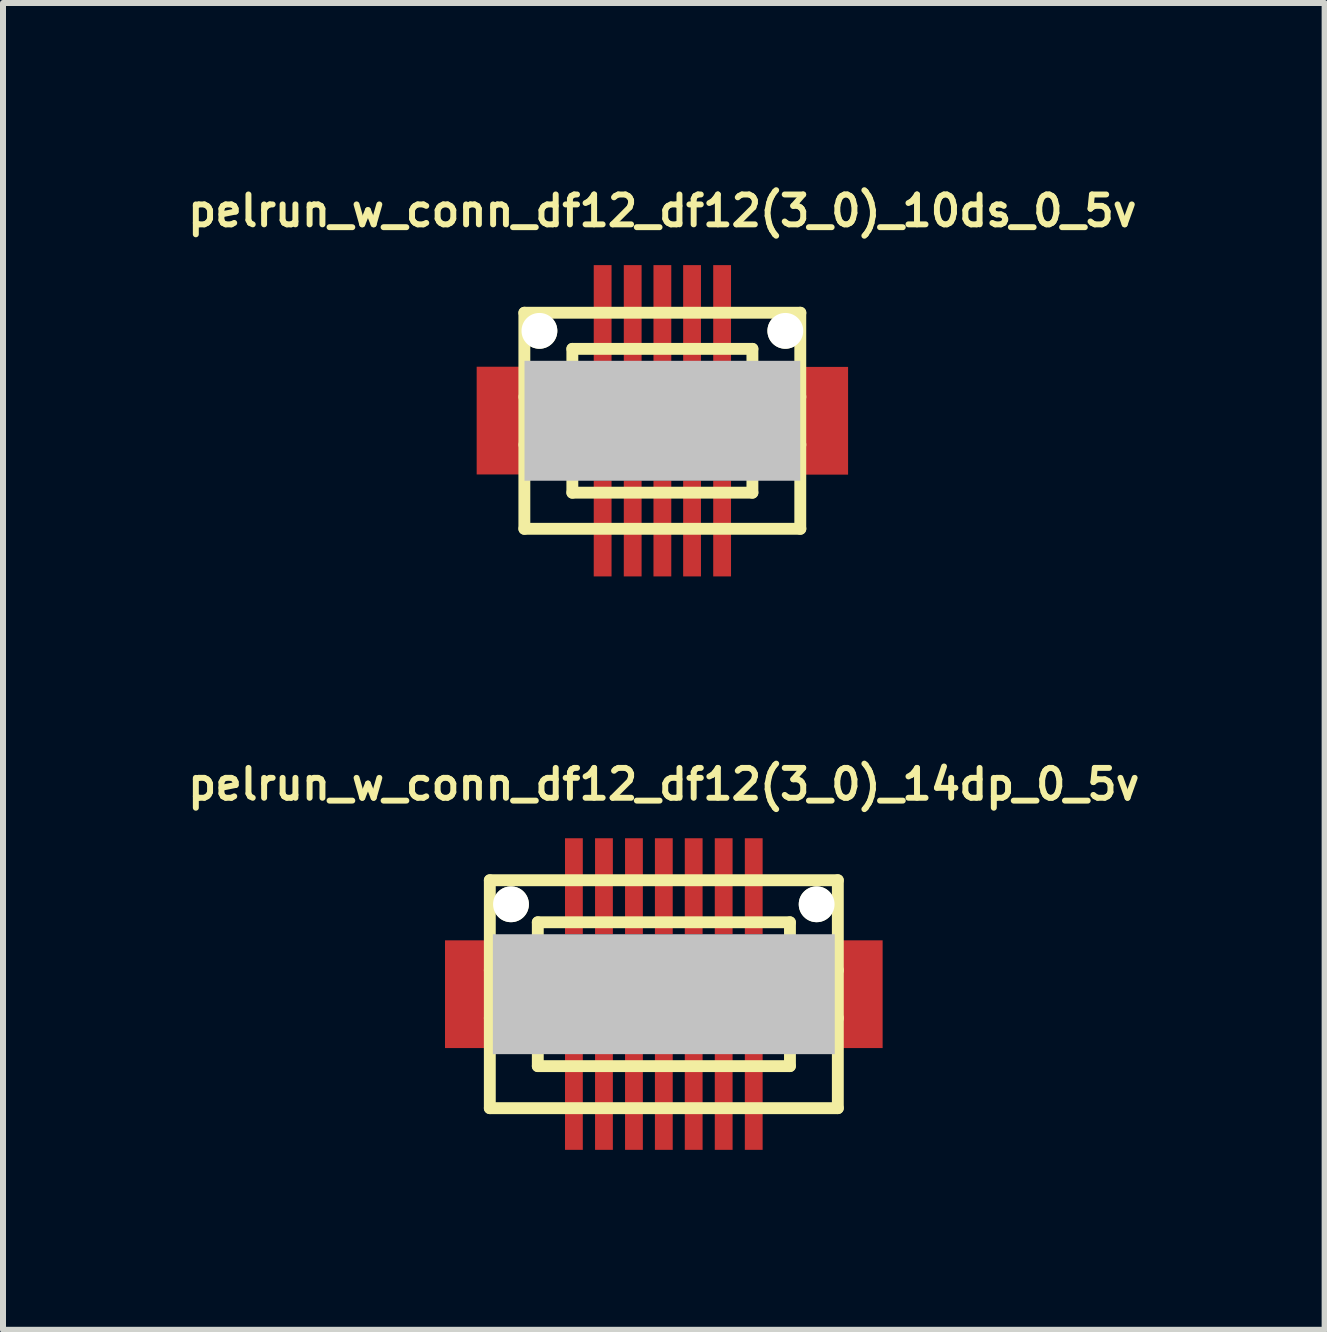
<source format=kicad_pcb>
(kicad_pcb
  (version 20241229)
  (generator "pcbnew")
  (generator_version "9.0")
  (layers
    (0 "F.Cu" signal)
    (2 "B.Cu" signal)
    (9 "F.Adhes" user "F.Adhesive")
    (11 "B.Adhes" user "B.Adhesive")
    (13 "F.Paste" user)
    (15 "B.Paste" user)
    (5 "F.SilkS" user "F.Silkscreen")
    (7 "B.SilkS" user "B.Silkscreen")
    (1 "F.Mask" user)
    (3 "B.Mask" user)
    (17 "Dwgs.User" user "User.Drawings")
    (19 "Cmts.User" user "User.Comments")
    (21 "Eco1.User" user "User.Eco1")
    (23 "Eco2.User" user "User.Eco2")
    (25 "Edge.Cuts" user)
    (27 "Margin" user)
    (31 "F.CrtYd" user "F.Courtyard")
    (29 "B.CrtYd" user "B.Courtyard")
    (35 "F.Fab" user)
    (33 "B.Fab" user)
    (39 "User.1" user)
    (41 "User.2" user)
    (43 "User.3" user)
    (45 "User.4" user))
  (footprint "pelrun_w_conn_df12_df12(3_0)_10ds_0_5v"
    (layer "F.Cu")
    (at 7.993 3.965)
    (property "Reference" "pelrun_w_conn_df12_df12(3_0)_10ds_0_5v" (at 0 -3.5 0) (layer "F.SilkS") (effects (font (size 0.498 0.498) (thickness 0.099))))
    (attr through_hole)
    (fp_line (start -2.301 -1.801) (end 2.301 -1.801) (stroke (width 0.198) (type solid)) (layer "F.SilkS"))
    (fp_line (start -2.301 1.801) (end -2.301 -1.801) (stroke (width 0.198) (type solid)) (layer "F.SilkS"))
    (fp_line (start -1.501 -1.199) (end 1.501 -1.199) (stroke (width 0.198) (type solid)) (layer "F.SilkS"))
    (fp_line (start -1.501 -0.701) (end 1.501 -0.701) (stroke (width 0.198) (type solid)) (layer "F.SilkS"))
    (fp_line (start -1.501 -0.399) (end -2.301 -0.399) (stroke (width 0.198) (type solid)) (layer "F.SilkS"))
    (fp_line (start -1.501 0.399) (end -2.301 0.399) (stroke (width 0.198) (type solid)) (layer "F.SilkS"))
    (fp_line (start -1.501 1.199) (end -1.501 -1.199) (stroke (width 0.198) (type solid)) (layer "F.SilkS"))
    (fp_line (start 1.501 -1.199) (end 1.501 1.199) (stroke (width 0.198) (type solid)) (layer "F.SilkS"))
    (fp_line (start 1.501 -0.399) (end 2.301 -0.399) (stroke (width 0.198) (type solid)) (layer "F.SilkS"))
    (fp_line (start 1.501 0.701) (end -1.501 0.701) (stroke (width 0.198) (type solid)) (layer "F.SilkS"))
    (fp_line (start 1.501 1.199) (end -1.501 1.199) (stroke (width 0.198) (type solid)) (layer "F.SilkS"))
    (fp_line (start 2.299 -1.801) (end 2.299 1.801) (stroke (width 0.198) (type solid)) (layer "F.SilkS"))
    (fp_line (start 2.301 0.399) (end 1.501 0.399) (stroke (width 0.198) (type solid)) (layer "F.SilkS"))
    (fp_line (start 2.301 1.801) (end -2.301 1.801) (stroke (width 0.198) (type solid)) (layer "F.SilkS"))
    (pad "" smd rect (at -2.697 -0.003) (size 0.798 1.796) (layers "F.Cu" "F.Mask" "F.Paste"))
    (pad "" np_thru_hole circle (at -2.05 -1.499) (size 0.597 0.597) (drill 0.597) (layers "*.Cu" "*.Mask" "F.SilkS"))
    (pad "" smd rect (at 0 0) (size 4.597 1.999) (layers "Dwgs.User"))
    (pad "" np_thru_hole circle (at 2.05 -1.499) (size 0.597 0.597) (drill 0.597) (layers "*.Cu" "*.Mask" "F.SilkS"))
    (pad "" smd rect (at 2.697 0) (size 0.798 1.796) (layers "F.Cu" "F.Mask" "F.Paste"))
    (pad "1" smd rect (at -0.996 1.796) (size 0.297 1.598) (layers "F.Cu" "F.Mask" "F.Paste"))
    (pad "2" smd rect (at -0.495 1.796) (size 0.297 1.598) (layers "F.Cu" "F.Mask" "F.Paste"))
    (pad "3" smd rect (at 0 1.796) (size 0.297 1.598) (layers "F.Cu" "F.Mask" "F.Paste"))
    (pad "4" smd rect (at 0.495 1.796) (size 0.297 1.598) (layers "F.Cu" "F.Mask" "F.Paste"))
    (pad "5" smd rect (at 0.996 1.796) (size 0.297 1.598) (layers "F.Cu" "F.Mask" "F.Paste"))
    (pad "6" smd rect (at 0.996 -1.796) (size 0.297 1.598) (layers "F.Cu" "F.Mask" "F.Paste"))
    (pad "7" smd rect (at 0.495 -1.796) (size 0.297 1.598) (layers "F.Cu" "F.Mask" "F.Paste"))
    (pad "8" smd rect (at 0 -1.796) (size 0.297 1.598) (layers "F.Cu" "F.Mask" "F.Paste"))
    (pad "9" smd rect (at -0.495 -1.796) (size 0.297 1.598) (layers "F.Cu" "F.Mask" "F.Paste"))
    (pad "10" smd rect (at -0.996 -1.796) (size 0.297 1.598) (layers "F.Cu" "F.Mask" "F.Paste")))
  (footprint "pelrun_w_conn_df12_df12(3_0)_14dp_0_5v"
    (layer "F.Cu")
    (at 8.017 13.525)
    (property "Reference" "pelrun_w_conn_df12_df12(3_0)_14dp_0_5v" (at 0 -3.5 0) (layer "F.SilkS") (effects (font (size 0.498 0.498) (thickness 0.099))))
    (attr through_hole)
    (fp_line (start -2.901 -1.9) (end -2.901 1.9) (stroke (width 0.198) (type solid)) (layer "F.SilkS"))
    (fp_line (start -2.901 -1.9) (end 2.901 -1.9) (stroke (width 0.198) (type solid)) (layer "F.SilkS"))
    (fp_line (start -2.101 -0.399) (end -2.901 -0.399) (stroke (width 0.198) (type solid)) (layer "F.SilkS"))
    (fp_line (start -2.101 0.399) (end -2.901 0.399) (stroke (width 0.198) (type solid)) (layer "F.SilkS"))
    (fp_line (start -2.101 1.199) (end -2.101 -1.199) (stroke (width 0.198) (type solid)) (layer "F.SilkS"))
    (fp_line (start -2.101 1.199) (end 2.101 1.199) (stroke (width 0.198) (type solid)) (layer "F.SilkS"))
    (fp_line (start 2.101 -1.199) (end -2.101 -1.199) (stroke (width 0.198) (type solid)) (layer "F.SilkS"))
    (fp_line (start 2.103 -1.199) (end 2.103 1.199) (stroke (width 0.198) (type solid)) (layer "F.SilkS"))
    (fp_line (start 2.103 -0.399) (end 2.903 -0.399) (stroke (width 0.198) (type solid)) (layer "F.SilkS"))
    (fp_line (start 2.901 1.9) (end -2.901 1.9) (stroke (width 0.198) (type solid)) (layer "F.SilkS"))
    (fp_line (start 2.901 1.9) (end 2.901 -1.9) (stroke (width 0.198) (type solid)) (layer "F.SilkS"))
    (fp_line (start 2.903 0.399) (end 2.103 0.399) (stroke (width 0.198) (type solid)) (layer "F.SilkS"))
    (pad "" smd rect (at -3.249 0) (size 0.798 1.796) (layers "F.Cu" "F.Mask" "F.Paste"))
    (pad "" np_thru_hole circle (at -2.548 -1.499) (size 0.597 0.597) (drill 0.597) (layers "*.Cu" "*.Mask" "F.SilkS"))
    (pad "" smd rect (at 0 0) (size 5.7 1.999) (layers "Dwgs.User"))
    (pad "" np_thru_hole circle (at 2.548 -1.499) (size 0.597 0.597) (drill 0.597) (layers "*.Cu" "*.Mask" "F.SilkS"))
    (pad "" smd rect (at 3.249 0) (size 0.798 1.796) (layers "F.Cu" "F.Mask" "F.Paste"))
    (pad "1" smd rect (at 1.499 1.796) (size 0.297 1.598) (layers "F.Cu" "F.Mask" "F.Paste"))
    (pad "2" smd rect (at 0.998 1.796) (size 0.297 1.598) (layers "F.Cu" "F.Mask" "F.Paste"))
    (pad "3" smd rect (at 0.498 1.796) (size 0.297 1.598) (layers "F.Cu" "F.Mask" "F.Paste"))
    (pad "4" smd rect (at 0 1.796) (size 0.297 1.598) (layers "F.Cu" "F.Mask" "F.Paste"))
    (pad "5" smd rect (at -0.498 1.796) (size 0.297 1.598) (layers "F.Cu" "F.Mask" "F.Paste"))
    (pad "6" smd rect (at -0.998 1.796) (size 0.297 1.598) (layers "F.Cu" "F.Mask" "F.Paste"))
    (pad "7" smd rect (at -1.499 1.796) (size 0.297 1.598) (layers "F.Cu" "F.Mask" "F.Paste"))
    (pad "8" smd rect (at -1.499 -1.801) (size 0.297 1.598) (layers "F.Cu" "F.Mask" "F.Paste"))
    (pad "9" smd rect (at -0.998 -1.801) (size 0.297 1.598) (layers "F.Cu" "F.Mask" "F.Paste"))
    (pad "10" smd rect (at -0.498 -1.801) (size 0.297 1.598) (layers "F.Cu" "F.Mask" "F.Paste"))
    (pad "11" smd rect (at 0 -1.801) (size 0.297 1.598) (layers "F.Cu" "F.Mask" "F.Paste"))
    (pad "12" smd rect (at 0.498 -1.801) (size 0.297 1.598) (layers "F.Cu" "F.Mask" "F.Paste"))
    (pad "13" smd rect (at 0.998 -1.801) (size 0.297 1.598) (layers "F.Cu" "F.Mask" "F.Paste"))
    (pad "14" smd rect (at 1.499 -1.801) (size 0.297 1.598) (layers "F.Cu" "F.Mask" "F.Paste")))
  (gr_rect
    (start -3 -3)
    (end 19.034 19.12)
    (stroke (width 0.1) (type default))
    (fill no)
    (layer "Edge.Cuts")))
</source>
